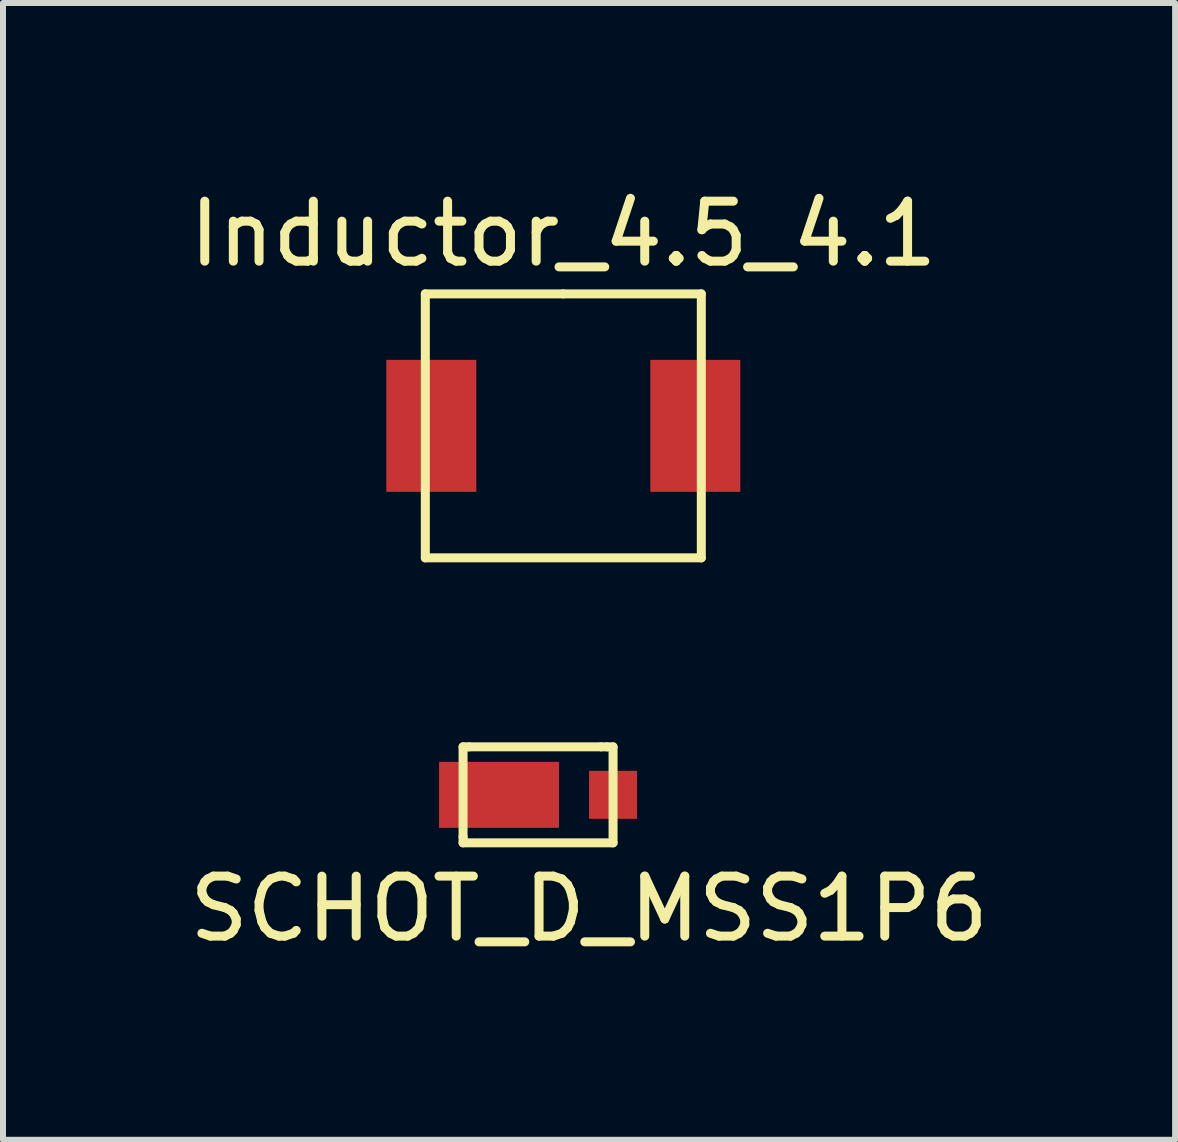
<source format=kicad_pcb>
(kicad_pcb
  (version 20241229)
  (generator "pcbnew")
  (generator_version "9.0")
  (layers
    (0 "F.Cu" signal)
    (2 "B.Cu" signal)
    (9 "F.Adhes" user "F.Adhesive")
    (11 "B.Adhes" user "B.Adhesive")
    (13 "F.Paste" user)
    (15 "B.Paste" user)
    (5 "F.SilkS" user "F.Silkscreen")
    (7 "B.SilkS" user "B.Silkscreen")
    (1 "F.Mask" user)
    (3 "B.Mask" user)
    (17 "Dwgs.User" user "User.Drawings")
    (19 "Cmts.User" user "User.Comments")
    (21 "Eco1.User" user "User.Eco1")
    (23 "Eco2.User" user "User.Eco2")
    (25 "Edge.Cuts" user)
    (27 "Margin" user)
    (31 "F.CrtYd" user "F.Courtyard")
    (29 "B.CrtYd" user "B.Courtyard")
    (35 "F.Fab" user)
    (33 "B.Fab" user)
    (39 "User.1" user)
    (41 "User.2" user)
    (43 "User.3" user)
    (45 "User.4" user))
  (footprint "Inductor_4.5_4.1"
    (layer "F.Cu")
    (at 6.339 4.048)
    (property "Reference" "Inductor_4.5_4.1" (at 0 -3.2 0) (layer "F.SilkS") (effects (font (size 1 1) (thickness 0.15))))
    (attr through_hole)
    (fp_line (start -2.3 -2.2) (end -2.3 2.2) (stroke (width 0.15) (type solid)) (layer "F.SilkS"))
    (fp_line (start -2.3 2.2) (end 2.3 2.2) (stroke (width 0.15) (type solid)) (layer "F.SilkS"))
    (fp_line (start 0 -2.2) (end -2.3 -2.2) (stroke (width 0.15) (type solid)) (layer "F.SilkS"))
    (fp_line (start 2.3 -2.2) (end 0 -2.2) (stroke (width 0.15) (type solid)) (layer "F.SilkS"))
    (fp_line (start 2.3 2.2) (end 2.3 -2.2) (stroke (width 0.15) (type solid)) (layer "F.SilkS"))
    (pad "1" smd rect (at 2.2 0) (size 1.5 2.2) (layers "F.Cu" "F.Mask" "F.Paste"))
    (pad "2" smd rect (at -2.2 0) (size 1.5 2.2) (layers "F.Cu" "F.Mask" "F.Paste")))
  (footprint "SCHOT_D_MSS1P6"
    (layer "F.Cu")
    (at 6.768 10.198)
    (property "Reference" "SCHOT_D_MSS1P6" (at 0 1.9 0) (layer "F.SilkS") (effects (font (size 1 1) (thickness 0.15))))
    (attr through_hole)
    (fp_line (start -2.1 -0.8) (end -2.1 0.7) (stroke (width 0.15) (type solid)) (layer "F.SilkS"))
    (fp_line (start -2.1 0.7) (end -2.1 0.8) (stroke (width 0.15) (type solid)) (layer "F.SilkS"))
    (fp_line (start -2.1 0.8) (end 0.4 0.8) (stroke (width 0.15) (type solid)) (layer "F.SilkS"))
    (fp_line (start -2 -0.8) (end -2.1 -0.8) (stroke (width 0.15) (type solid)) (layer "F.SilkS"))
    (fp_line (start -2 -0.8) (end 0.2 -0.8) (stroke (width 0.15) (type solid)) (layer "F.SilkS"))
    (fp_line (start 0.2 -0.8) (end 0.3 -0.8) (stroke (width 0.15) (type solid)) (layer "F.SilkS"))
    (fp_line (start 0.3 -0.8) (end 0.4 -0.8) (stroke (width 0.15) (type solid)) (layer "F.SilkS"))
    (fp_line (start 0.4 0.8) (end 0.4 -0.8) (stroke (width 0.15) (type solid)) (layer "F.SilkS"))
    (pad "1" smd rect (at 0.4 0) (size 0.8 0.8) (layers "F.Cu" "F.Mask" "F.Paste"))
    (pad "2" smd rect (at -1.5 0) (size 2 1.1) (layers "F.Cu" "F.Mask" "F.Paste")))
  (gr_rect
    (start -3 -3)
    (end 16.536 15.947)
    (stroke (width 0.1) (type default))
    (fill no)
    (layer "Edge.Cuts")))
</source>
